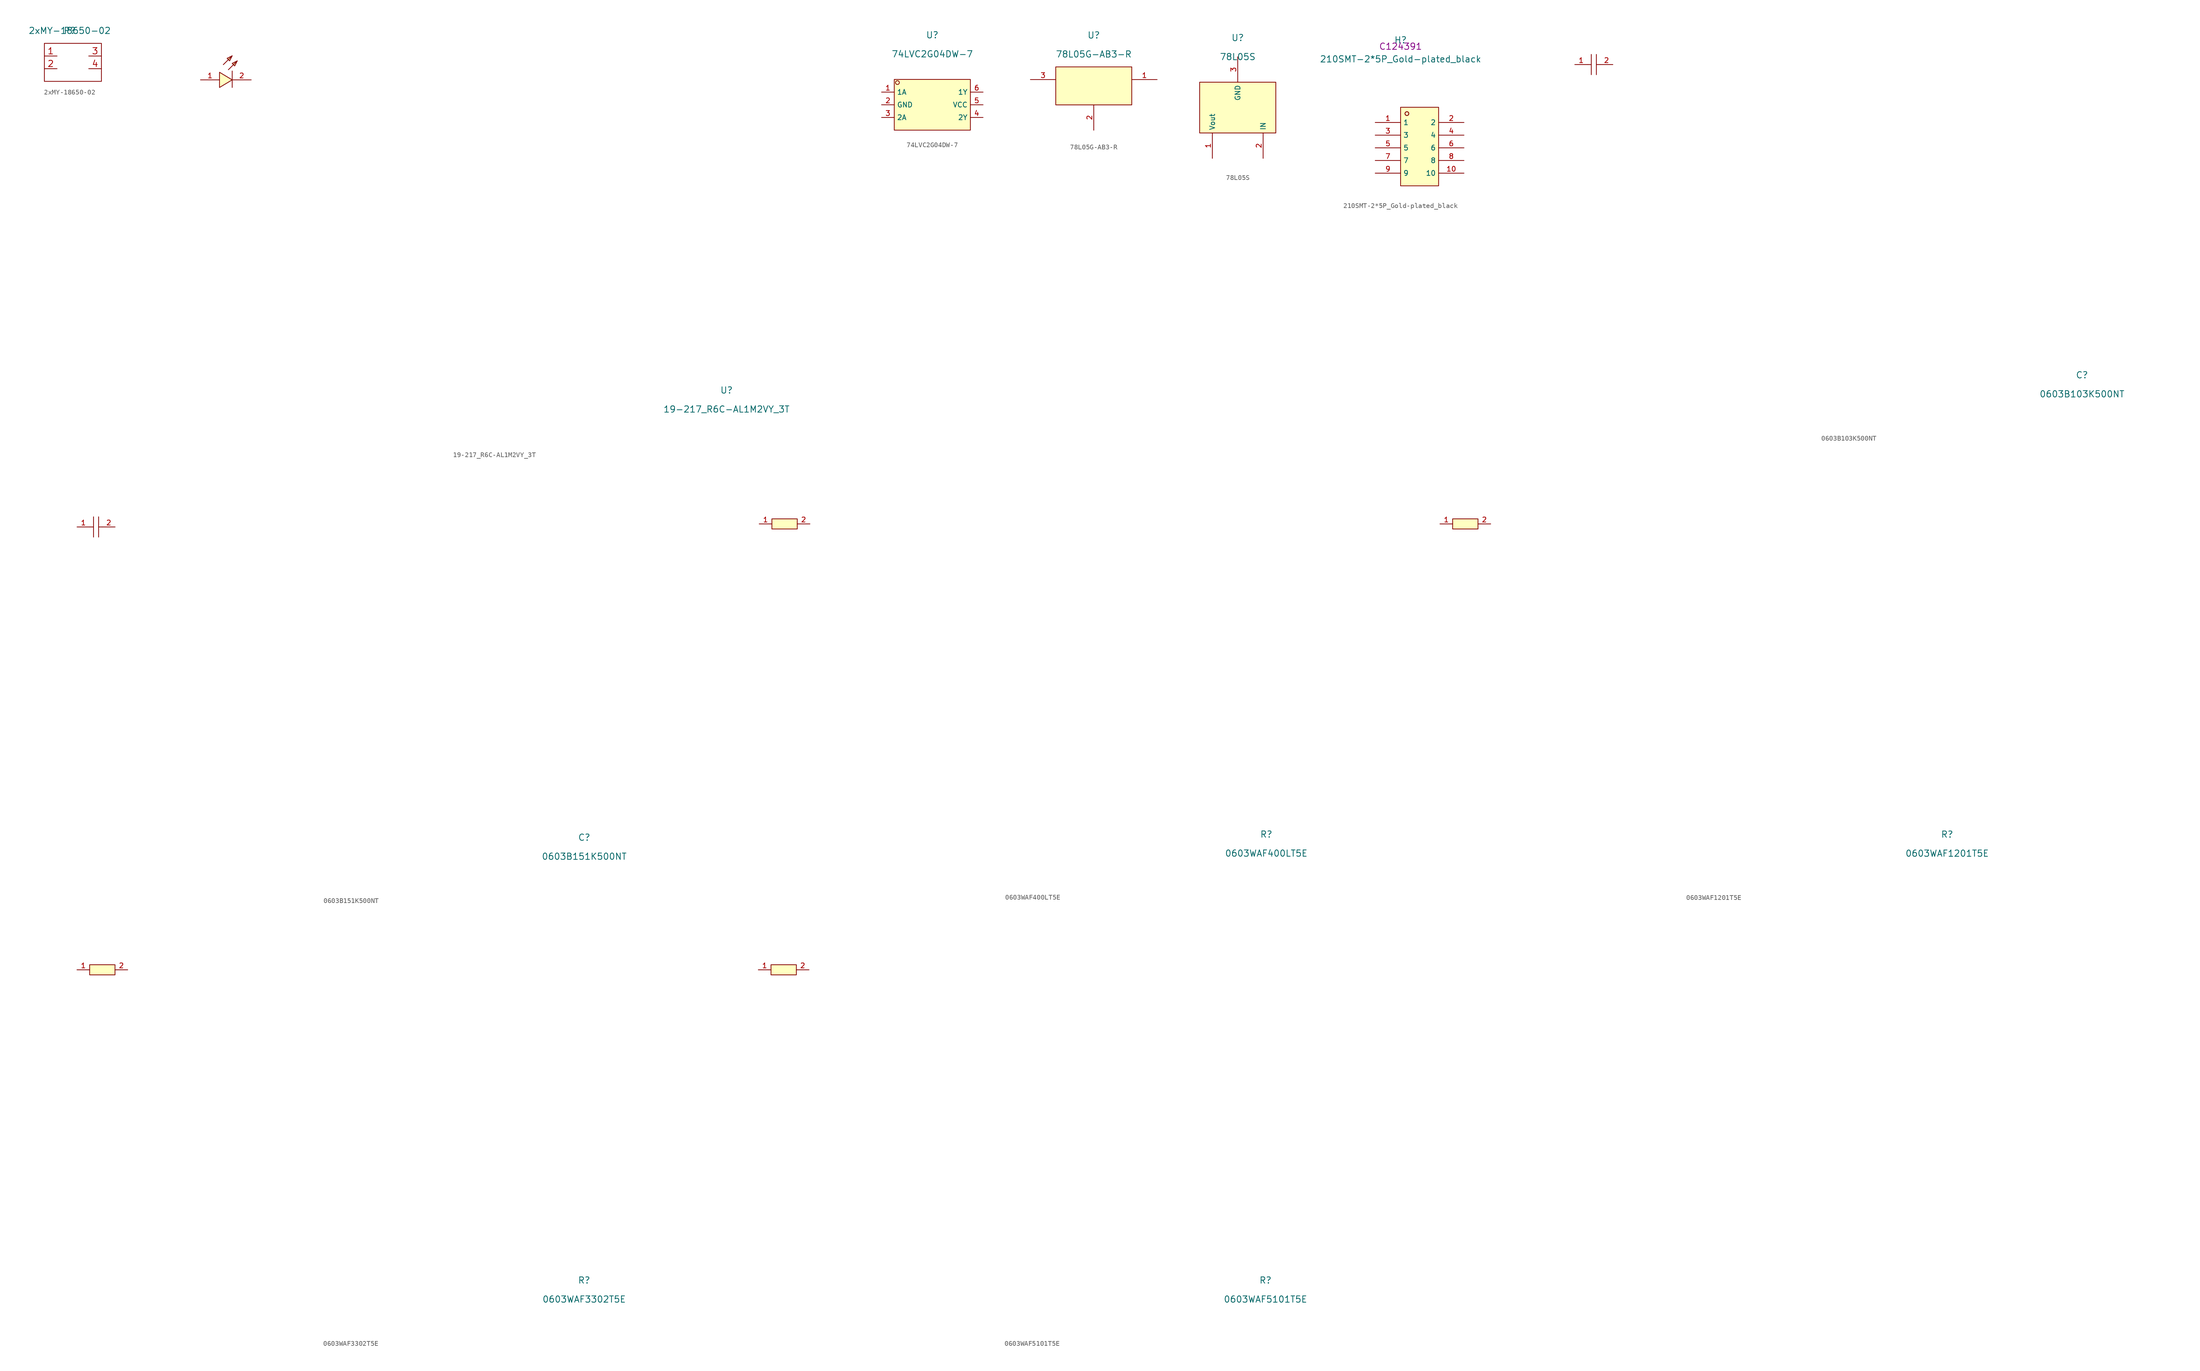
<source format=kicad_sym>
(kicad_symbol_lib
  (version 20220914)
  (generator kicad_symbol_editor)
  (symbol "2xMY-18650-02"
    (property "Reference" "P"
      (at 0 0 0)
      (effects (font (size 1.27 1.27))))
    (property "Value" "2xMY-18650-02"
      (at 0 0 0)
      (effects (font (size 1.27 1.27))))
    (symbol "2xMY-18650-02_0_1"
      (rectangle (start -5.08 -2.54) (end 6.35 -10.16) (stroke (width 0.152) (type default)) (fill (type none))))
    (symbol "2xMY-18650-02_1_1"
      (pin bidirectional line (at -5.08 -5.08 0) (length 2.54) (name "" (effects (font (size 1.27 1.27)))) (number "1" (effects (font (size 1.27 1.27)))))
      (pin bidirectional line (at -5.08 -7.62 0) (length 2.54) (name "" (effects (font (size 1.27 1.27)))) (number "2" (effects (font (size 1.27 1.27)))))
      (pin bidirectional line (at 6.35 -5.08 180) (length 2.54) (name "" (effects (font (size 1.27 1.27)))) (number "3" (effects (font (size 1.27 1.27)))))
      (pin bidirectional line (at 6.35 -7.62 180) (length 2.54) (name "" (effects (font (size 1.27 1.27)))) (number "4" (effects (font (size 1.27 1.27)))))))
  (symbol "19-217_R6C-AL1M2VY_3T"
    (pin_names hide)
    (property "Reference" "U"
      (at 0 1.27 0)
      (effects (font (size 1.27 1.27))))
    (property "Value" "19-217_R6C-AL1M2VY_3T"
      (at 0 -2.54 0)
      (effects (font (size 1.27 1.27))))
    (symbol "19-217_R6C-AL1M2VY_3T_0_0"
      (polyline (pts (xy -100.838 66.548) (xy -99.06 68.326)) (stroke (width 0) (type default)) (fill (type none)))
      (polyline (pts (xy -99.822 65.532) (xy -98.044 67.31)) (stroke (width 0) (type default)) (fill (type none)))
      (polyline (pts (xy -99.06 65.278) (xy -99.06 61.976)) (stroke (width 0) (type default)) (fill (type none)))
      (polyline (pts (xy -101.6 61.976) (xy -99.06 63.5) (xy -101.6 65.024) (xy -101.6 61.976)) (stroke (width 0) (type default)) (fill (type background)))
      (polyline (pts (xy -99.06 68.326) (xy -100.076 67.818) (xy -99.568 67.31) (xy -99.06 68.326)) (stroke (width 0) (type default)) (fill (type background)))
      (polyline (pts (xy -98.044 67.31) (xy -99.06 66.802) (xy -98.552 66.294) (xy -98.044 67.31)) (stroke (width 0) (type default)) (fill (type background)))
      (pin input line (at -105.41 63.5 0) (length 3.81) (name "A" (effects (font (size 1 1)))) (number "1" (effects (font (size 1 1)))))
      (pin input line (at -95.25 63.5 180) (length 3.81) (name "C" (effects (font (size 1 1)))) (number "2" (effects (font (size 1 1)))))))
  (symbol "74LVC2G04DW-7"
    (property "Reference" "U"
      (at 0 1.27 0)
      (effects (font (size 1.27 1.27))))
    (property "Value" "74LVC2G04DW-7"
      (at 0 -2.54 0)
      (effects (font (size 1.27 1.27))))
    (symbol "74LVC2G04DW-7_0_0"
      (rectangle (start -7.62 -7.62) (end 7.62 -17.78) (stroke (width 0) (type default)) (fill (type background)))
      (circle (center -6.985 -8.255) (radius 0.381) (stroke (width 0) (type default)) (fill (type background)))
      (pin unspecified line (at -10.16 -10.16 0) (length 2.54) (name "1A" (effects (font (size 1 1)))) (number "1" (effects (font (size 1 1)))))
      (pin unspecified line (at -10.16 -12.7 0) (length 2.54) (name "GND" (effects (font (size 1 1)))) (number "2" (effects (font (size 1 1)))))
      (pin unspecified line (at -10.16 -15.24 0) (length 2.54) (name "2A" (effects (font (size 1 1)))) (number "3" (effects (font (size 1 1)))))
      (pin unspecified line (at 10.16 -15.24 180) (length 2.54) (name "2Y" (effects (font (size 1 1)))) (number "4" (effects (font (size 1 1)))))
      (pin unspecified line (at 10.16 -12.7 180) (length 2.54) (name "VCC" (effects (font (size 1 1)))) (number "5" (effects (font (size 1 1)))))
      (pin unspecified line (at 10.16 -10.16 180) (length 2.54) (name "1Y" (effects (font (size 1 1)))) (number "6" (effects (font (size 1 1)))))))
  (symbol "78L05G-AB3-R"
    (pin_names hide)
    (property "Reference" "U"
      (at 0 1.27 0)
      (effects (font (size 1.27 1.27))))
    (property "Value" "78L05G-AB3-R"
      (at 0 -2.54 0)
      (effects (font (size 1.27 1.27))))
    (symbol "78L05G-AB3-R_0_0"
      (rectangle (start -7.62 -5.08) (end 7.62 -12.7) (stroke (width 0) (type default)) (fill (type background)))
      (pin power_out line (at 12.7 -7.62 180) (length 5.08) (name "OUT" (effects (font (size 1 1)))) (number "1" (effects (font (size 1 1)))))
      (pin power_out line (at 0 -17.78 90) (length 5.08) (name "GND" (effects (font (size 1 1)))) (number "2" (effects (font (size 1 1)))))
      (pin power_in line (at -12.7 -7.62 0) (length 5.08) (name "IN" (effects (font (size 1 1)))) (number "3" (effects (font (size 1 1)))))))
  (symbol "78L05S"
    (property "Reference" "U"
      (at 0 1.27 0)
      (effects (font (size 1.27 1.27))))
    (property "Value" "78L05S"
      (at 0 -2.54 0)
      (effects (font (size 1.27 1.27))))
    (symbol "78L05S_0_0"
      (rectangle (start -7.62 -7.62) (end 7.62 -17.78) (stroke (width 0) (type default)) (fill (type background)))
      (pin unspecified line (at -5.08 -22.86 90) (length 5.08) (name "Vout" (effects (font (size 1 1)))) (number "1" (effects (font (size 1 1)))))
      (pin unspecified line (at 5.08 -22.86 90) (length 5.08) (name "IN" (effects (font (size 1 1)))) (number "2" (effects (font (size 1 1)))))
      (pin unspecified line (at 0 -2.54 270) (length 5.08) (name "GND" (effects (font (size 1 1)))) (number "3" (effects (font (size 1 1)))))))
  (symbol "210SMT-2*5P_Gold-plated_black"
    (property "Reference" "H"
      (at 0 1.27 0)
      (effects (font (size 1.27 1.27))))
    (property "Value" "210SMT-2*5P_Gold-plated_black"
      (at 0 -2.54 0)
      (effects (font (size 1.27 1.27))))
    (property "LCSC" "C124391"
      (at 0 0 0)
      (effects (font (size 1.27 1.27))))
    (symbol "210SMT-2*5P_Gold-plated_black_0_0"
      (rectangle (start 0 -12.192) (end 7.62 -27.94) (stroke (width 0) (type default)) (fill (type background)))
      (circle (center 1.27 -13.462) (radius 0.381) (stroke (width 0) (type default)) (fill (type background)))
      (circle (center 1.27 -13.462) (radius 0.381) (stroke (width 0) (type default)) (fill (type background)))
      (pin unspecified line (at -5.08 -15.24 0) (length 5.08) (name "1" (effects (font (size 1 1)))) (number "1" (effects (font (size 1 1)))))
      (pin unspecified line (at 12.7 -25.4 180) (length 5.08) (name "10" (effects (font (size 1 1)))) (number "10" (effects (font (size 1 1)))))
      (pin unspecified line (at 12.7 -15.24 180) (length 5.08) (name "2" (effects (font (size 1 1)))) (number "2" (effects (font (size 1 1)))))
      (pin unspecified line (at -5.08 -17.78 0) (length 5.08) (name "3" (effects (font (size 1 1)))) (number "3" (effects (font (size 1 1)))))
      (pin unspecified line (at 12.7 -17.78 180) (length 5.08) (name "4" (effects (font (size 1 1)))) (number "4" (effects (font (size 1 1)))))
      (pin unspecified line (at -5.08 -20.32 0) (length 5.08) (name "5" (effects (font (size 1 1)))) (number "5" (effects (font (size 1 1)))))
      (pin unspecified line (at 12.7 -20.32 180) (length 5.08) (name "6" (effects (font (size 1 1)))) (number "6" (effects (font (size 1 1)))))
      (pin unspecified line (at -5.08 -22.86 0) (length 5.08) (name "7" (effects (font (size 1 1)))) (number "7" (effects (font (size 1 1)))))
      (pin unspecified line (at 12.7 -22.86 180) (length 5.08) (name "8" (effects (font (size 1 1)))) (number "8" (effects (font (size 1 1)))))
      (pin unspecified line (at -5.08 -25.4 0) (length 5.08) (name "9" (effects (font (size 1 1)))) (number "9" (effects (font (size 1 1)))))))
  (symbol "0603B103K500NT"
    (pin_names hide)
    (property "Reference" "C"
      (at 0 1.27 0)
      (effects (font (size 1.27 1.27))))
    (property "Value" "0603B103K500NT"
      (at 0 -2.54 0)
      (effects (font (size 1.27 1.27))))
    (symbol "0603B103K500NT_0_0"
      (polyline (pts (xy -99.06 63.5) (xy -98.298 63.5)) (stroke (width 0) (type default)) (fill (type none)))
      (polyline (pts (xy -98.298 65.532) (xy -98.298 61.468)) (stroke (width 0) (type default)) (fill (type none)))
      (polyline (pts (xy -97.282 63.5) (xy -96.52 63.5)) (stroke (width 0) (type default)) (fill (type none)))
      (polyline (pts (xy -97.282 65.532) (xy -97.282 61.468)) (stroke (width 0) (type default)) (fill (type none)))
      (pin input line (at -101.6 63.5 0) (length 2.54) (name "1" (effects (font (size 1 1)))) (number "1" (effects (font (size 1 1)))))
      (pin input line (at -93.98 63.5 180) (length 2.54) (name "2" (effects (font (size 1 1)))) (number "2" (effects (font (size 1 1)))))))
  (symbol "0603B151K500NT"
    (pin_names hide)
    (property "Reference" "C"
      (at 0 1.27 0)
      (effects (font (size 1.27 1.27))))
    (property "Value" "0603B151K500NT"
      (at 0 -2.54 0)
      (effects (font (size 1.27 1.27))))
    (symbol "0603B151K500NT_0_0"
      (polyline (pts (xy -99.06 63.5) (xy -98.298 63.5)) (stroke (width 0) (type default)) (fill (type none)))
      (polyline (pts (xy -98.298 65.532) (xy -98.298 61.468)) (stroke (width 0) (type default)) (fill (type none)))
      (polyline (pts (xy -97.282 63.5) (xy -96.52 63.5)) (stroke (width 0) (type default)) (fill (type none)))
      (polyline (pts (xy -97.282 65.532) (xy -97.282 61.468)) (stroke (width 0) (type default)) (fill (type none)))
      (pin input line (at -101.6 63.5 0) (length 2.54) (name "1" (effects (font (size 1 1)))) (number "1" (effects (font (size 1 1)))))
      (pin input line (at -93.98 63.5 180) (length 2.54) (name "2" (effects (font (size 1 1)))) (number "2" (effects (font (size 1 1)))))))
  (symbol "0603WAF400LT5E"
    (pin_names hide)
    (property "Reference" "R"
      (at 0 1.27 0)
      (effects (font (size 1.27 1.27))))
    (property "Value" "0603WAF400LT5E"
      (at 0 -2.54 0)
      (effects (font (size 1.27 1.27))))
    (symbol "0603WAF400LT5E_0_0"
      (rectangle (start -99.06 64.516) (end -93.98 62.484) (stroke (width 0) (type default)) (fill (type background)))
      (pin input line (at -101.6 63.5 0) (length 2.54) (name "1" (effects (font (size 1 1)))) (number "1" (effects (font (size 1 1)))))
      (pin input line (at -91.44 63.5 180) (length 2.54) (name "2" (effects (font (size 1 1)))) (number "2" (effects (font (size 1 1)))))))
  (symbol "0603WAF1201T5E"
    (pin_names hide)
    (property "Reference" "R"
      (at 0 1.27 0)
      (effects (font (size 1.27 1.27))))
    (property "Value" "0603WAF1201T5E"
      (at 0 -2.54 0)
      (effects (font (size 1.27 1.27))))
    (symbol "0603WAF1201T5E_0_0"
      (rectangle (start -99.06 64.516) (end -93.98 62.484) (stroke (width 0) (type default)) (fill (type background)))
      (pin input line (at -101.6 63.5 0) (length 2.54) (name "1" (effects (font (size 1 1)))) (number "1" (effects (font (size 1 1)))))
      (pin input line (at -91.44 63.5 180) (length 2.54) (name "2" (effects (font (size 1 1)))) (number "2" (effects (font (size 1 1)))))))
  (symbol "0603WAF3302T5E"
    (pin_names hide)
    (property "Reference" "R"
      (at 0 1.27 0)
      (effects (font (size 1.27 1.27))))
    (property "Value" "0603WAF3302T5E"
      (at 0 -2.54 0)
      (effects (font (size 1.27 1.27))))
    (symbol "0603WAF3302T5E_0_0"
      (rectangle (start -99.06 64.516) (end -93.98 62.484) (stroke (width 0) (type default)) (fill (type background)))
      (pin input line (at -101.6 63.5 0) (length 2.54) (name "1" (effects (font (size 1 1)))) (number "1" (effects (font (size 1 1)))))
      (pin input line (at -91.44 63.5 180) (length 2.54) (name "2" (effects (font (size 1 1)))) (number "2" (effects (font (size 1 1)))))))
  (symbol "0603WAF5101T5E"
    (pin_names hide)
    (property "Reference" "R"
      (at 0 1.27 0)
      (effects (font (size 1.27 1.27))))
    (property "Value" "0603WAF5101T5E"
      (at 0 -2.54 0)
      (effects (font (size 1.27 1.27))))
    (symbol "0603WAF5101T5E_0_0"
      (rectangle (start -99.06 64.516) (end -93.98 62.484) (stroke (width 0) (type default)) (fill (type background)))
      (pin input line (at -101.6 63.5 0) (length 2.54) (name "1" (effects (font (size 1 1)))) (number "1" (effects (font (size 1 1)))))
      (pin input line (at -91.44 63.5 180) (length 2.54) (name "2" (effects (font (size 1 1)))) (number "2" (effects (font (size 1 1))))))))
</source>
